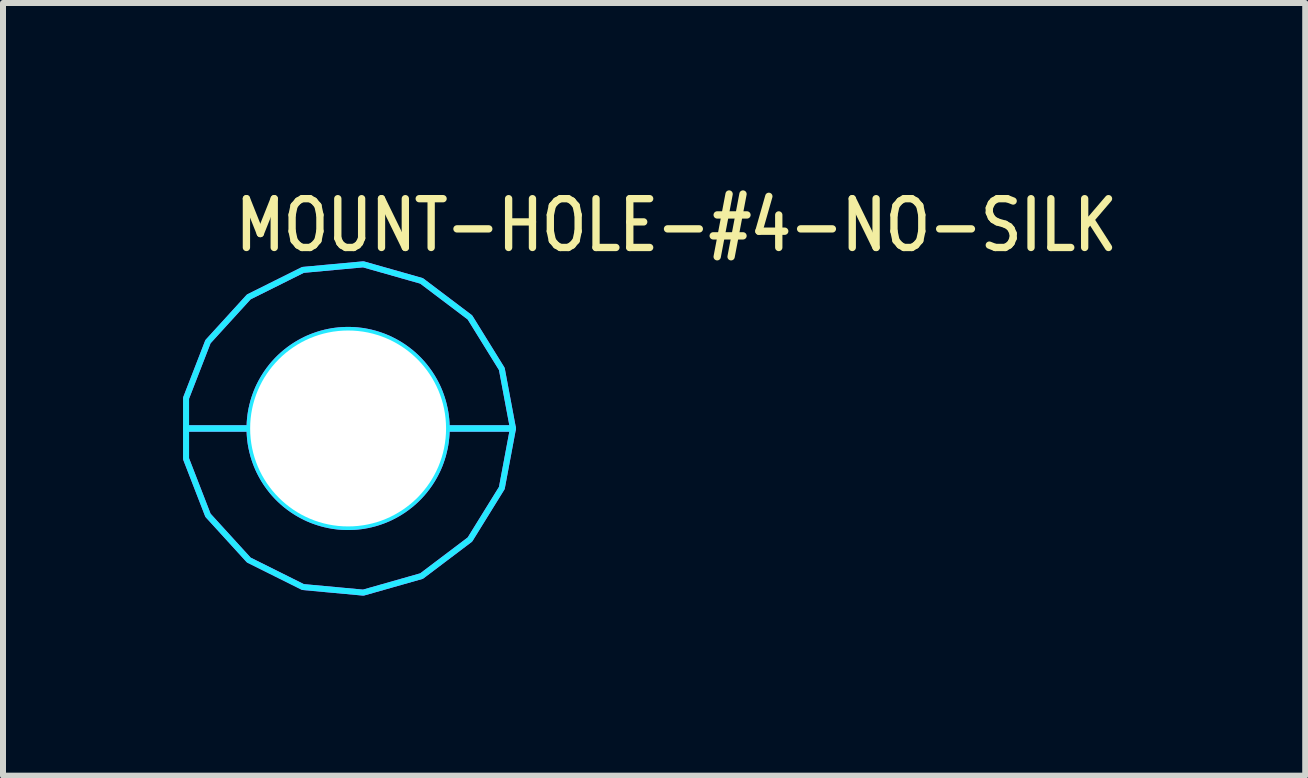
<source format=kicad_pcb>
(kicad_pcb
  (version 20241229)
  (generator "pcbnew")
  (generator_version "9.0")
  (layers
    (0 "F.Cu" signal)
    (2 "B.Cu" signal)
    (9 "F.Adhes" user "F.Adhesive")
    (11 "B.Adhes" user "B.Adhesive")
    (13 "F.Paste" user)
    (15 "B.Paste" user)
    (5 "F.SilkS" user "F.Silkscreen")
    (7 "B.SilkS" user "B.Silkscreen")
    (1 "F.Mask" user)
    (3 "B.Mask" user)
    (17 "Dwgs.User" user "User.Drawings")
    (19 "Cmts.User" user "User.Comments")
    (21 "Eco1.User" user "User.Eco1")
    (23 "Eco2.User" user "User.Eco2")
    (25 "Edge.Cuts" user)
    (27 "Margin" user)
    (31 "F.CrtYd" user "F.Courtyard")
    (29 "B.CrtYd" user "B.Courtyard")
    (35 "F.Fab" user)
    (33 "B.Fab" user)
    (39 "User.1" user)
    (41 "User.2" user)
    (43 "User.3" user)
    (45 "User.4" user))
  (footprint "MOUNT-HOLE-#4-NO-SILK"
    (layer "F.Cu")
    (at 2.75 4.089)
    (property "Reference" "MOUNT-HOLE-#4-NO-SILK" (at -1.94 -2.91 0) (unlocked yes) (layer "F.SilkS") (effects (font (size 0.813 0.695) (thickness 0.122)) (justify left bottom)))
    (fp_circle (center 0 0) (end 2.578 0) (stroke (width 0) (type solid)) (fill yes) (layer "F.Mask"))
    (fp_circle (center 0 0) (end 2.7 0) (stroke (width 0) (type solid)) (fill yes) (layer "F.Mask"))
    (fp_circle (center 0 0) (end 2.7 0) (stroke (width 0) (type solid)) (fill yes) (layer "F.Mask"))
    (fp_circle (center 0 0) (end 2.578 0) (stroke (width 0) (type solid)) (fill yes) (layer "B.Mask"))
    (fp_circle (center 0 0) (end 2.7 0) (stroke (width 0) (type solid)) (fill yes) (layer "B.Mask"))
    (fp_poly (pts (xy -2.7 0) (xy -2.7 -0.505) (xy -2.335 -1.446) (xy -1.655 -2.192) (xy -0.752 -2.642) (xy 0.253 -2.735) (xy 1.224 -2.459) (xy 2.03 -1.85) (xy 2.561 -0.992) (xy 2.747 0) (xy 1.642 0) (xy 1.642 -0.000078) (xy 1.642 -0.026) (xy 1.642 -0.026) (xy 1.641 -0.051) (xy 1.641 -0.052) (xy 1.64 -0.077) (xy 1.64 -0.077) (xy 1.639 -0.103) (xy 1.639 -0.103) (xy 1.637 -0.129) (xy 1.637 -0.129) (xy 1.635 -0.154) (xy 1.635 -0.155) (xy 1.632 -0.18) (xy 1.632 -0.18) (xy 1.629 -0.206) (xy 1.629 -0.206) (xy 1.626 -0.231) (xy 1.626 -0.231) (xy 1.622 -0.257) (xy 1.622 -0.257) (xy 1.618 -0.282) (xy 1.617 -0.282) (xy 1.613 -0.308) (xy 1.613 -0.308) (xy 1.608 -0.333) (xy 1.608 -0.333) (xy 1.602 -0.358) (xy 1.602 -0.358) (xy 1.597 -0.383) (xy 1.597 -0.383) (xy 1.59 -0.408) (xy 1.59 -0.408) (xy 1.584 -0.433) (xy 1.584 -0.433) (xy 1.577 -0.458) (xy 1.577 -0.458) (xy 1.569 -0.483) (xy 1.569 -0.483) (xy 1.562 -0.507) (xy 1.562 -0.507) (xy 1.553 -0.532) (xy 1.553 -0.532) (xy 1.545 -0.556) (xy 1.545 -0.556) (xy 1.536 -0.58) (xy 1.536 -0.58) (xy 1.527 -0.604) (xy 1.527 -0.605) (xy 1.517 -0.628) (xy 1.517 -0.628) (xy 1.507 -0.652) (xy 1.507 -0.652) (xy 1.497 -0.676) (xy 1.496 -0.676) (xy 1.486 -0.699) (xy 1.486 -0.699) (xy 1.475 -0.722) (xy 1.474 -0.722) (xy 1.463 -0.745) (xy 1.463 -0.746) (xy 1.451 -0.768) (xy 1.451 -0.768) (xy 1.439 -0.791) (xy 1.439 -0.791) (xy 1.426 -0.813) (xy 1.426 -0.814) (xy 1.413 -0.836) (xy 1.413 -0.836) (xy 1.4 -0.858) (xy 1.4 -0.858) (xy 1.386 -0.88) (xy 1.386 -0.88) (xy 1.372 -0.901) (xy 1.372 -0.902) (xy 1.358 -0.923) (xy 1.358 -0.923) (xy 1.343 -0.944) (xy 1.343 -0.944) (xy 1.328 -0.965) (xy 1.328 -0.965) (xy 1.313 -0.986) (xy 1.313 -0.986) (xy 1.297 -1.006) (xy 1.297 -1.006) (xy 1.281 -1.027) (xy 1.281 -1.027) (xy 1.265 -1.047) (xy 1.265 -1.047) (xy 1.249 -1.066) (xy 1.248 -1.066) (xy 1.232 -1.086) (xy 1.232 -1.086) (xy 1.214 -1.105) (xy 1.214 -1.105) (xy 1.197 -1.124) (xy 1.197 -1.124) (xy 1.179 -1.143) (xy 1.179 -1.143) (xy 1.161 -1.161) (xy 1.161 -1.161) (xy 1.143 -1.179) (xy 1.143 -1.179) (xy 1.124 -1.197) (xy 1.124 -1.197) (xy 1.105 -1.214) (xy 1.105 -1.214) (xy 1.086 -1.232) (xy 1.086 -1.232) (xy 1.066 -1.248) (xy 1.066 -1.249) (xy 1.047 -1.265) (xy 1.047 -1.265) (xy 1.027 -1.281) (xy 1.027 -1.281) (xy 1.006 -1.297) (xy 1.006 -1.297) (xy 0.986 -1.313) (xy 0.986 -1.313) (xy 0.965 -1.328) (xy 0.965 -1.328) (xy 0.944 -1.343) (xy 0.944 -1.343) (xy 0.923 -1.358) (xy 0.923 -1.358) (xy 0.902 -1.372) (xy 0.901 -1.372) (xy 0.88 -1.386) (xy 0.88 -1.386) (xy 0.858 -1.4) (xy 0.858 -1.4) (xy 0.836 -1.413) (xy 0.836 -1.413) (xy 0.814 -1.426) (xy 0.813 -1.426) (xy 0.791 -1.439) (xy 0.791 -1.439) (xy 0.768 -1.451) (xy 0.768 -1.451) (xy 0.746 -1.463) (xy 0.745 -1.463) (xy 0.722 -1.474) (xy 0.722 -1.475) (xy 0.699 -1.486) (xy 0.699 -1.486) (xy 0.676 -1.496) (xy 0.676 -1.497) (xy 0.652 -1.507) (xy 0.652 -1.507) (xy 0.628 -1.517) (xy 0.628 -1.517) (xy 0.605 -1.527) (xy 0.604 -1.527) (xy 0.58 -1.536) (xy 0.58 -1.536) (xy 0.556 -1.545) (xy 0.556 -1.545) (xy 0.532 -1.553) (xy 0.532 -1.553) (xy 0.507 -1.562) (xy 0.507 -1.562) (xy 0.483 -1.569) (xy 0.483 -1.569) (xy 0.458 -1.577) (xy 0.458 -1.577) (xy 0.433 -1.584) (xy 0.433 -1.584) (xy 0.408 -1.59) (xy 0.408 -1.59) (xy 0.383 -1.597) (xy 0.383 -1.597) (xy 0.358 -1.602) (xy 0.358 -1.602) (xy 0.333 -1.608) (xy 0.333 -1.608) (xy 0.308 -1.613) (xy 0.308 -1.613) (xy 0.282 -1.617) (xy 0.282 -1.618) (xy 0.257 -1.622) (xy 0.257 -1.622) (xy 0.231 -1.626) (xy 0.231 -1.626) (xy 0.206 -1.629) (xy 0.206 -1.629) (xy 0.18 -1.632) (xy 0.18 -1.632) (xy 0.155 -1.635) (xy 0.154 -1.635) (xy 0.129 -1.637) (xy 0.129 -1.637) (xy 0.103 -1.639) (xy 0.103 -1.639) (xy 0.077 -1.64) (xy 0.077 -1.64) (xy 0.052 -1.641) (xy 0.051 -1.641) (xy 0.026 -1.642) (xy 0.026 -1.642) (xy 0.000078 -1.642) (xy -0.000078 -1.642) (xy -0.026 -1.642) (xy -0.026 -1.642) (xy -0.051 -1.641) (xy -0.052 -1.641) (xy -0.077 -1.64) (xy -0.077 -1.64) (xy -0.103 -1.639) (xy -0.103 -1.639) (xy -0.129 -1.637) (xy -0.129 -1.637) (xy -0.154 -1.635) (xy -0.155 -1.635) (xy -0.18 -1.632) (xy -0.18 -1.632) (xy -0.206 -1.629) (xy -0.206 -1.629) (xy -0.231 -1.626) (xy -0.231 -1.626) (xy -0.257 -1.622) (xy -0.257 -1.622) (xy -0.282 -1.618) (xy -0.282 -1.617) (xy -0.308 -1.613) (xy -0.308 -1.613) (xy -0.333 -1.608) (xy -0.333 -1.608) (xy -0.358 -1.602) (xy -0.358 -1.602) (xy -0.383 -1.597) (xy -0.383 -1.597) (xy -0.408 -1.59) (xy -0.408 -1.59) (xy -0.433 -1.584) (xy -0.433 -1.584) (xy -0.458 -1.577) (xy -0.458 -1.577) (xy -0.483 -1.569) (xy -0.483 -1.569) (xy -0.507 -1.562) (xy -0.507 -1.562) (xy -0.532 -1.553) (xy -0.532 -1.553) (xy -0.556 -1.545) (xy -0.556 -1.545) (xy -0.58 -1.536) (xy -0.58 -1.536) (xy -0.604 -1.527) (xy -0.605 -1.527) (xy -0.628 -1.517) (xy -0.628 -1.517) (xy -0.652 -1.507) (xy -0.652 -1.507) (xy -0.676 -1.497) (xy -0.676 -1.496) (xy -0.699 -1.486) (xy -0.699 -1.486) (xy -0.722 -1.475) (xy -0.722 -1.474) (xy -0.745 -1.463) (xy -0.746 -1.463) (xy -0.768 -1.451) (xy -0.768 -1.451) (xy -0.791 -1.439) (xy -0.791 -1.439) (xy -0.813 -1.426) (xy -0.814 -1.426) (xy -0.836 -1.413) (xy -0.836 -1.413) (xy -0.858 -1.4) (xy -0.858 -1.4) (xy -0.88 -1.386) (xy -0.88 -1.386) (xy -0.901 -1.372) (xy -0.902 -1.372) (xy -0.923 -1.358) (xy -0.923 -1.358) (xy -0.944 -1.343) (xy -0.944 -1.343) (xy -0.965 -1.328) (xy -0.965 -1.328) (xy -0.986 -1.313) (xy -0.986 -1.313) (xy -1.006 -1.297) (xy -1.006 -1.297) (xy -1.027 -1.281) (xy -1.027 -1.281) (xy -1.047 -1.265) (xy -1.047 -1.265) (xy -1.066 -1.249) (xy -1.066 -1.248) (xy -1.086 -1.232) (xy -1.086 -1.232) (xy -1.105 -1.214) (xy -1.105 -1.214) (xy -1.124 -1.197) (xy -1.124 -1.197) (xy -1.143 -1.179) (xy -1.143 -1.179) (xy -1.161 -1.161) (xy -1.161 -1.161) (xy -1.179 -1.143) (xy -1.179 -1.143) (xy -1.197 -1.124) (xy -1.197 -1.124) (xy -1.214 -1.105) (xy -1.214 -1.105) (xy -1.232 -1.086) (xy -1.232 -1.086) (xy -1.248 -1.066) (xy -1.249 -1.066) (xy -1.265 -1.047) (xy -1.265 -1.047) (xy -1.281 -1.027) (xy -1.281 -1.027) (xy -1.297 -1.006) (xy -1.297 -1.006) (xy -1.313 -0.986) (xy -1.313 -0.986) (xy -1.328 -0.965) (xy -1.328 -0.965) (xy -1.343 -0.944) (xy -1.343 -0.944) (xy -1.358 -0.923) (xy -1.358 -0.923) (xy -1.372 -0.902) (xy -1.372 -0.901) (xy -1.386 -0.88) (xy -1.386 -0.88) (xy -1.4 -0.858) (xy -1.4 -0.858) (xy -1.413 -0.836) (xy -1.413 -0.836) (xy -1.426 -0.814) (xy -1.426 -0.813) (xy -1.439 -0.791) (xy -1.439 -0.791) (xy -1.451 -0.768) (xy -1.451 -0.768) (xy -1.463 -0.746) (xy -1.463 -0.745) (xy -1.474 -0.722) (xy -1.475 -0.722) (xy -1.486 -0.699) (xy -1.486 -0.699) (xy -1.496 -0.676) (xy -1.497 -0.676) (xy -1.507 -0.652) (xy -1.507 -0.652) (xy -1.517 -0.628) (xy -1.517 -0.628) (xy -1.527 -0.605) (xy -1.527 -0.604) (xy -1.536 -0.58) (xy -1.536 -0.58) (xy -1.545 -0.556) (xy -1.545 -0.556) (xy -1.553 -0.532) (xy -1.553 -0.532) (xy -1.562 -0.507) (xy -1.562 -0.507) (xy -1.569 -0.483) (xy -1.569 -0.483) (xy -1.577 -0.458) (xy -1.577 -0.458) (xy -1.584 -0.433) (xy -1.584 -0.433) (xy -1.59 -0.408) (xy -1.59 -0.408) (xy -1.597 -0.383) (xy -1.597 -0.383) (xy -1.602 -0.358) (xy -1.602 -0.358) (xy -1.608 -0.333) (xy -1.608 -0.333) (xy -1.613 -0.308) (xy -1.613 -0.308) (xy -1.617 -0.282) (xy -1.618 -0.282) (xy -1.622 -0.257) (xy -1.622 -0.257) (xy -1.626 -0.231) (xy -1.626 -0.231) (xy -1.629 -0.206) (xy -1.629 -0.206) (xy -1.632 -0.18) (xy -1.632 -0.18) (xy -1.635 -0.155) (xy -1.635 -0.154) (xy -1.637 -0.129) (xy -1.637 -0.129) (xy -1.639 -0.103) (xy -1.639 -0.103) (xy -1.64 -0.077) (xy -1.64 -0.077) (xy -1.641 -0.052) (xy -1.641 -0.051) (xy -1.642 -0.026) (xy -1.642 -0.026) (xy -1.642 -0.000078) (xy -1.642 0)) (stroke (width 0.1) (type solid)) (fill no) (layer "B.CrtYd"))
    (fp_poly (pts (xy 2.561 0.992) (xy 2.03 1.85) (xy 1.224 2.459) (xy 0.253 2.735) (xy -0.752 2.642) (xy -1.655 2.192) (xy -2.335 1.446) (xy -2.7 0.505) (xy -2.7 0) (xy -1.642 0) (xy -1.642 0.000078) (xy -1.642 0.026) (xy -1.642 0.026) (xy -1.641 0.051) (xy -1.641 0.052) (xy -1.64 0.077) (xy -1.64 0.077) (xy -1.639 0.103) (xy -1.639 0.103) (xy -1.637 0.129) (xy -1.637 0.129) (xy -1.635 0.154) (xy -1.635 0.155) (xy -1.632 0.18) (xy -1.632 0.18) (xy -1.629 0.206) (xy -1.629 0.206) (xy -1.626 0.231) (xy -1.626 0.231) (xy -1.622 0.257) (xy -1.622 0.257) (xy -1.618 0.282) (xy -1.617 0.282) (xy -1.613 0.308) (xy -1.613 0.308) (xy -1.608 0.333) (xy -1.608 0.333) (xy -1.602 0.358) (xy -1.602 0.358) (xy -1.597 0.383) (xy -1.597 0.383) (xy -1.59 0.408) (xy -1.59 0.408) (xy -1.584 0.433) (xy -1.584 0.433) (xy -1.577 0.458) (xy -1.577 0.458) (xy -1.569 0.483) (xy -1.569 0.483) (xy -1.562 0.507) (xy -1.562 0.507) (xy -1.553 0.532) (xy -1.553 0.532) (xy -1.545 0.556) (xy -1.545 0.556) (xy -1.536 0.58) (xy -1.536 0.58) (xy -1.527 0.604) (xy -1.527 0.605) (xy -1.517 0.628) (xy -1.517 0.628) (xy -1.507 0.652) (xy -1.507 0.652) (xy -1.497 0.676) (xy -1.496 0.676) (xy -1.486 0.699) (xy -1.486 0.699) (xy -1.475 0.722) (xy -1.474 0.722) (xy -1.463 0.745) (xy -1.463 0.746) (xy -1.451 0.768) (xy -1.451 0.768) (xy -1.439 0.791) (xy -1.439 0.791) (xy -1.426 0.813) (xy -1.426 0.814) (xy -1.413 0.836) (xy -1.413 0.836) (xy -1.4 0.858) (xy -1.4 0.858) (xy -1.386 0.88) (xy -1.386 0.88) (xy -1.372 0.901) (xy -1.372 0.902) (xy -1.358 0.923) (xy -1.358 0.923) (xy -1.343 0.944) (xy -1.343 0.944) (xy -1.328 0.965) (xy -1.328 0.965) (xy -1.313 0.986) (xy -1.313 0.986) (xy -1.297 1.006) (xy -1.297 1.006) (xy -1.281 1.027) (xy -1.281 1.027) (xy -1.265 1.047) (xy -1.265 1.047) (xy -1.249 1.066) (xy -1.248 1.066) (xy -1.232 1.086) (xy -1.232 1.086) (xy -1.214 1.105) (xy -1.214 1.105) (xy -1.197 1.124) (xy -1.197 1.124) (xy -1.179 1.143) (xy -1.179 1.143) (xy -1.161 1.161) (xy -1.161 1.161) (xy -1.143 1.179) (xy -1.143 1.179) (xy -1.124 1.197) (xy -1.124 1.197) (xy -1.105 1.214) (xy -1.105 1.214) (xy -1.086 1.232) (xy -1.086 1.232) (xy -1.066 1.248) (xy -1.066 1.249) (xy -1.047 1.265) (xy -1.047 1.265) (xy -1.027 1.281) (xy -1.027 1.281) (xy -1.006 1.297) (xy -1.006 1.297) (xy -0.986 1.313) (xy -0.986 1.313) (xy -0.965 1.328) (xy -0.965 1.328) (xy -0.944 1.343) (xy -0.944 1.343) (xy -0.923 1.358) (xy -0.923 1.358) (xy -0.902 1.372) (xy -0.901 1.372) (xy -0.88 1.386) (xy -0.88 1.386) (xy -0.858 1.4) (xy -0.858 1.4) (xy -0.836 1.413) (xy -0.836 1.413) (xy -0.814 1.426) (xy -0.813 1.426) (xy -0.791 1.439) (xy -0.791 1.439) (xy -0.768 1.451) (xy -0.768 1.451) (xy -0.746 1.463) (xy -0.745 1.463) (xy -0.722 1.474) (xy -0.722 1.475) (xy -0.699 1.486) (xy -0.699 1.486) (xy -0.676 1.496) (xy -0.676 1.497) (xy -0.652 1.507) (xy -0.652 1.507) (xy -0.628 1.517) (xy -0.628 1.517) (xy -0.605 1.527) (xy -0.604 1.527) (xy -0.58 1.536) (xy -0.58 1.536) (xy -0.556 1.545) (xy -0.556 1.545) (xy -0.532 1.553) (xy -0.532 1.553) (xy -0.507 1.562) (xy -0.507 1.562) (xy -0.483 1.569) (xy -0.483 1.569) (xy -0.458 1.577) (xy -0.458 1.577) (xy -0.433 1.584) (xy -0.433 1.584) (xy -0.408 1.59) (xy -0.408 1.59) (xy -0.383 1.597) (xy -0.383 1.597) (xy -0.358 1.602) (xy -0.358 1.602) (xy -0.333 1.608) (xy -0.333 1.608) (xy -0.308 1.613) (xy -0.308 1.613) (xy -0.282 1.617) (xy -0.282 1.618) (xy -0.257 1.622) (xy -0.257 1.622) (xy -0.231 1.626) (xy -0.231 1.626) (xy -0.206 1.629) (xy -0.206 1.629) (xy -0.18 1.632) (xy -0.18 1.632) (xy -0.155 1.635) (xy -0.154 1.635) (xy -0.129 1.637) (xy -0.129 1.637) (xy -0.103 1.639) (xy -0.103 1.639) (xy -0.077 1.64) (xy -0.077 1.64) (xy -0.052 1.641) (xy -0.051 1.641) (xy -0.026 1.642) (xy -0.026 1.642) (xy -0.000078 1.642) (xy 0.000078 1.642) (xy 0.026 1.642) (xy 0.026 1.642) (xy 0.051 1.641) (xy 0.052 1.641) (xy 0.077 1.64) (xy 0.077 1.64) (xy 0.103 1.639) (xy 0.103 1.639) (xy 0.129 1.637) (xy 0.129 1.637) (xy 0.154 1.635) (xy 0.155 1.635) (xy 0.18 1.632) (xy 0.18 1.632) (xy 0.206 1.629) (xy 0.206 1.629) (xy 0.231 1.626) (xy 0.231 1.626) (xy 0.257 1.622) (xy 0.257 1.622) (xy 0.282 1.618) (xy 0.282 1.617) (xy 0.308 1.613) (xy 0.308 1.613) (xy 0.333 1.608) (xy 0.333 1.608) (xy 0.358 1.602) (xy 0.358 1.602) (xy 0.383 1.597) (xy 0.383 1.597) (xy 0.408 1.59) (xy 0.408 1.59) (xy 0.433 1.584) (xy 0.433 1.584) (xy 0.458 1.577) (xy 0.458 1.577) (xy 0.483 1.569) (xy 0.483 1.569) (xy 0.507 1.562) (xy 0.507 1.562) (xy 0.532 1.553) (xy 0.532 1.553) (xy 0.556 1.545) (xy 0.556 1.545) (xy 0.58 1.536) (xy 0.58 1.536) (xy 0.604 1.527) (xy 0.605 1.527) (xy 0.628 1.517) (xy 0.628 1.517) (xy 0.652 1.507) (xy 0.652 1.507) (xy 0.676 1.497) (xy 0.676 1.496) (xy 0.699 1.486) (xy 0.699 1.486) (xy 0.722 1.475) (xy 0.722 1.474) (xy 0.745 1.463) (xy 0.746 1.463) (xy 0.768 1.451) (xy 0.768 1.451) (xy 0.791 1.439) (xy 0.791 1.439) (xy 0.813 1.426) (xy 0.814 1.426) (xy 0.836 1.413) (xy 0.836 1.413) (xy 0.858 1.4) (xy 0.858 1.4) (xy 0.88 1.386) (xy 0.88 1.386) (xy 0.901 1.372) (xy 0.902 1.372) (xy 0.923 1.358) (xy 0.923 1.358) (xy 0.944 1.343) (xy 0.944 1.343) (xy 0.965 1.328) (xy 0.965 1.328) (xy 0.986 1.313) (xy 0.986 1.313) (xy 1.006 1.297) (xy 1.006 1.297) (xy 1.027 1.281) (xy 1.027 1.281) (xy 1.047 1.265) (xy 1.047 1.265) (xy 1.066 1.249) (xy 1.066 1.248) (xy 1.086 1.232) (xy 1.086 1.232) (xy 1.105 1.214) (xy 1.105 1.214) (xy 1.124 1.197) (xy 1.124 1.197) (xy 1.143 1.179) (xy 1.143 1.179) (xy 1.161 1.161) (xy 1.161 1.161) (xy 1.179 1.143) (xy 1.179 1.143) (xy 1.197 1.124) (xy 1.197 1.124) (xy 1.214 1.105) (xy 1.214 1.105) (xy 1.232 1.086) (xy 1.232 1.086) (xy 1.248 1.066) (xy 1.249 1.066) (xy 1.265 1.047) (xy 1.265 1.047) (xy 1.281 1.027) (xy 1.281 1.027) (xy 1.297 1.006) (xy 1.297 1.006) (xy 1.313 0.986) (xy 1.313 0.986) (xy 1.328 0.965) (xy 1.328 0.965) (xy 1.343 0.944) (xy 1.343 0.944) (xy 1.358 0.923) (xy 1.358 0.923) (xy 1.372 0.902) (xy 1.372 0.901) (xy 1.386 0.88) (xy 1.386 0.88) (xy 1.4 0.858) (xy 1.4 0.858) (xy 1.413 0.836) (xy 1.413 0.836) (xy 1.426 0.814) (xy 1.426 0.813) (xy 1.439 0.791) (xy 1.439 0.791) (xy 1.451 0.768) (xy 1.451 0.768) (xy 1.463 0.746) (xy 1.463 0.745) (xy 1.474 0.722) (xy 1.475 0.722) (xy 1.486 0.699) (xy 1.486 0.699) (xy 1.496 0.676) (xy 1.497 0.676) (xy 1.507 0.652) (xy 1.507 0.652) (xy 1.517 0.628) (xy 1.517 0.628) (xy 1.527 0.605) (xy 1.527 0.604) (xy 1.536 0.58) (xy 1.536 0.58) (xy 1.545 0.556) (xy 1.545 0.556) (xy 1.553 0.532) (xy 1.553 0.532) (xy 1.562 0.507) (xy 1.562 0.507) (xy 1.569 0.483) (xy 1.569 0.483) (xy 1.577 0.458) (xy 1.577 0.458) (xy 1.584 0.433) (xy 1.584 0.433) (xy 1.59 0.408) (xy 1.59 0.408) (xy 1.597 0.383) (xy 1.597 0.383) (xy 1.602 0.358) (xy 1.602 0.358) (xy 1.608 0.333) (xy 1.608 0.333) (xy 1.613 0.308) (xy 1.613 0.308) (xy 1.617 0.282) (xy 1.618 0.282) (xy 1.622 0.257) (xy 1.622 0.257) (xy 1.626 0.231) (xy 1.626 0.231) (xy 1.629 0.206) (xy 1.629 0.206) (xy 1.632 0.18) (xy 1.632 0.18) (xy 1.635 0.155) (xy 1.635 0.154) (xy 1.637 0.129) (xy 1.637 0.129) (xy 1.639 0.103) (xy 1.639 0.103) (xy 1.64 0.077) (xy 1.64 0.077) (xy 1.641 0.052) (xy 1.641 0.051) (xy 1.642 0.026) (xy 1.642 0.026) (xy 1.642 0.000078) (xy 1.642 0) (xy 2.747 0)) (stroke (width 0.1) (type solid)) (fill no) (layer "B.CrtYd"))
    (fp_poly (pts (xy -2.7 0) (xy -2.7 -0.505) (xy -2.335 -1.446) (xy -1.655 -2.192) (xy -0.752 -2.642) (xy 0.253 -2.735) (xy 1.224 -2.459) (xy 2.03 -1.85) (xy 2.561 -0.992) (xy 2.747 0) (xy 1.642 0) (xy 1.642 -0.000078) (xy 1.642 -0.026) (xy 1.642 -0.026) (xy 1.641 -0.051) (xy 1.641 -0.052) (xy 1.64 -0.077) (xy 1.64 -0.077) (xy 1.639 -0.103) (xy 1.639 -0.103) (xy 1.637 -0.129) (xy 1.637 -0.129) (xy 1.635 -0.154) (xy 1.635 -0.155) (xy 1.632 -0.18) (xy 1.632 -0.18) (xy 1.629 -0.206) (xy 1.629 -0.206) (xy 1.626 -0.231) (xy 1.626 -0.231) (xy 1.622 -0.257) (xy 1.622 -0.257) (xy 1.618 -0.282) (xy 1.617 -0.282) (xy 1.613 -0.308) (xy 1.613 -0.308) (xy 1.608 -0.333) (xy 1.608 -0.333) (xy 1.602 -0.358) (xy 1.602 -0.358) (xy 1.597 -0.383) (xy 1.597 -0.383) (xy 1.59 -0.408) (xy 1.59 -0.408) (xy 1.584 -0.433) (xy 1.584 -0.433) (xy 1.577 -0.458) (xy 1.577 -0.458) (xy 1.569 -0.483) (xy 1.569 -0.483) (xy 1.562 -0.507) (xy 1.562 -0.507) (xy 1.553 -0.532) (xy 1.553 -0.532) (xy 1.545 -0.556) (xy 1.545 -0.556) (xy 1.536 -0.58) (xy 1.536 -0.58) (xy 1.527 -0.604) (xy 1.527 -0.605) (xy 1.517 -0.628) (xy 1.517 -0.628) (xy 1.507 -0.652) (xy 1.507 -0.652) (xy 1.497 -0.676) (xy 1.496 -0.676) (xy 1.486 -0.699) (xy 1.486 -0.699) (xy 1.475 -0.722) (xy 1.474 -0.722) (xy 1.463 -0.745) (xy 1.463 -0.746) (xy 1.451 -0.768) (xy 1.451 -0.768) (xy 1.439 -0.791) (xy 1.439 -0.791) (xy 1.426 -0.813) (xy 1.426 -0.814) (xy 1.413 -0.836) (xy 1.413 -0.836) (xy 1.4 -0.858) (xy 1.4 -0.858) (xy 1.386 -0.88) (xy 1.386 -0.88) (xy 1.372 -0.901) (xy 1.372 -0.902) (xy 1.358 -0.923) (xy 1.358 -0.923) (xy 1.343 -0.944) (xy 1.343 -0.944) (xy 1.328 -0.965) (xy 1.328 -0.965) (xy 1.313 -0.986) (xy 1.313 -0.986) (xy 1.297 -1.006) (xy 1.297 -1.006) (xy 1.281 -1.027) (xy 1.281 -1.027) (xy 1.265 -1.047) (xy 1.265 -1.047) (xy 1.249 -1.066) (xy 1.248 -1.066) (xy 1.232 -1.086) (xy 1.232 -1.086) (xy 1.214 -1.105) (xy 1.214 -1.105) (xy 1.197 -1.124) (xy 1.197 -1.124) (xy 1.179 -1.143) (xy 1.179 -1.143) (xy 1.161 -1.161) (xy 1.161 -1.161) (xy 1.143 -1.179) (xy 1.143 -1.179) (xy 1.124 -1.197) (xy 1.124 -1.197) (xy 1.105 -1.214) (xy 1.105 -1.214) (xy 1.086 -1.232) (xy 1.086 -1.232) (xy 1.066 -1.248) (xy 1.066 -1.249) (xy 1.047 -1.265) (xy 1.047 -1.265) (xy 1.027 -1.281) (xy 1.027 -1.281) (xy 1.006 -1.297) (xy 1.006 -1.297) (xy 0.986 -1.313) (xy 0.986 -1.313) (xy 0.965 -1.328) (xy 0.965 -1.328) (xy 0.944 -1.343) (xy 0.944 -1.343) (xy 0.923 -1.358) (xy 0.923 -1.358) (xy 0.902 -1.372) (xy 0.901 -1.372) (xy 0.88 -1.386) (xy 0.88 -1.386) (xy 0.858 -1.4) (xy 0.858 -1.4) (xy 0.836 -1.413) (xy 0.836 -1.413) (xy 0.814 -1.426) (xy 0.813 -1.426) (xy 0.791 -1.439) (xy 0.791 -1.439) (xy 0.768 -1.451) (xy 0.768 -1.451) (xy 0.746 -1.463) (xy 0.745 -1.463) (xy 0.722 -1.474) (xy 0.722 -1.475) (xy 0.699 -1.486) (xy 0.699 -1.486) (xy 0.676 -1.496) (xy 0.676 -1.497) (xy 0.652 -1.507) (xy 0.652 -1.507) (xy 0.628 -1.517) (xy 0.628 -1.517) (xy 0.605 -1.527) (xy 0.604 -1.527) (xy 0.58 -1.536) (xy 0.58 -1.536) (xy 0.556 -1.545) (xy 0.556 -1.545) (xy 0.532 -1.553) (xy 0.532 -1.553) (xy 0.507 -1.562) (xy 0.507 -1.562) (xy 0.483 -1.569) (xy 0.483 -1.569) (xy 0.458 -1.577) (xy 0.458 -1.577) (xy 0.433 -1.584) (xy 0.433 -1.584) (xy 0.408 -1.59) (xy 0.408 -1.59) (xy 0.383 -1.597) (xy 0.383 -1.597) (xy 0.358 -1.602) (xy 0.358 -1.602) (xy 0.333 -1.608) (xy 0.333 -1.608) (xy 0.308 -1.613) (xy 0.308 -1.613) (xy 0.282 -1.617) (xy 0.282 -1.618) (xy 0.257 -1.622) (xy 0.257 -1.622) (xy 0.231 -1.626) (xy 0.231 -1.626) (xy 0.206 -1.629) (xy 0.206 -1.629) (xy 0.18 -1.632) (xy 0.18 -1.632) (xy 0.155 -1.635) (xy 0.154 -1.635) (xy 0.129 -1.637) (xy 0.129 -1.637) (xy 0.103 -1.639) (xy 0.103 -1.639) (xy 0.077 -1.64) (xy 0.077 -1.64) (xy 0.052 -1.641) (xy 0.051 -1.641) (xy 0.026 -1.642) (xy 0.026 -1.642) (xy 0.000078 -1.642) (xy -0.000078 -1.642) (xy -0.026 -1.642) (xy -0.026 -1.642) (xy -0.051 -1.641) (xy -0.052 -1.641) (xy -0.077 -1.64) (xy -0.077 -1.64) (xy -0.103 -1.639) (xy -0.103 -1.639) (xy -0.129 -1.637) (xy -0.129 -1.637) (xy -0.154 -1.635) (xy -0.155 -1.635) (xy -0.18 -1.632) (xy -0.18 -1.632) (xy -0.206 -1.629) (xy -0.206 -1.629) (xy -0.231 -1.626) (xy -0.231 -1.626) (xy -0.257 -1.622) (xy -0.257 -1.622) (xy -0.282 -1.618) (xy -0.282 -1.617) (xy -0.308 -1.613) (xy -0.308 -1.613) (xy -0.333 -1.608) (xy -0.333 -1.608) (xy -0.358 -1.602) (xy -0.358 -1.602) (xy -0.383 -1.597) (xy -0.383 -1.597) (xy -0.408 -1.59) (xy -0.408 -1.59) (xy -0.433 -1.584) (xy -0.433 -1.584) (xy -0.458 -1.577) (xy -0.458 -1.577) (xy -0.483 -1.569) (xy -0.483 -1.569) (xy -0.507 -1.562) (xy -0.507 -1.562) (xy -0.532 -1.553) (xy -0.532 -1.553) (xy -0.556 -1.545) (xy -0.556 -1.545) (xy -0.58 -1.536) (xy -0.58 -1.536) (xy -0.604 -1.527) (xy -0.605 -1.527) (xy -0.628 -1.517) (xy -0.628 -1.517) (xy -0.652 -1.507) (xy -0.652 -1.507) (xy -0.676 -1.497) (xy -0.676 -1.496) (xy -0.699 -1.486) (xy -0.699 -1.486) (xy -0.722 -1.475) (xy -0.722 -1.474) (xy -0.745 -1.463) (xy -0.746 -1.463) (xy -0.768 -1.451) (xy -0.768 -1.451) (xy -0.791 -1.439) (xy -0.791 -1.439) (xy -0.813 -1.426) (xy -0.814 -1.426) (xy -0.836 -1.413) (xy -0.836 -1.413) (xy -0.858 -1.4) (xy -0.858 -1.4) (xy -0.88 -1.386) (xy -0.88 -1.386) (xy -0.901 -1.372) (xy -0.902 -1.372) (xy -0.923 -1.358) (xy -0.923 -1.358) (xy -0.944 -1.343) (xy -0.944 -1.343) (xy -0.965 -1.328) (xy -0.965 -1.328) (xy -0.986 -1.313) (xy -0.986 -1.313) (xy -1.006 -1.297) (xy -1.006 -1.297) (xy -1.027 -1.281) (xy -1.027 -1.281) (xy -1.047 -1.265) (xy -1.047 -1.265) (xy -1.066 -1.249) (xy -1.066 -1.248) (xy -1.086 -1.232) (xy -1.086 -1.232) (xy -1.105 -1.214) (xy -1.105 -1.214) (xy -1.124 -1.197) (xy -1.124 -1.197) (xy -1.143 -1.179) (xy -1.143 -1.179) (xy -1.161 -1.161) (xy -1.161 -1.161) (xy -1.179 -1.143) (xy -1.179 -1.143) (xy -1.197 -1.124) (xy -1.197 -1.124) (xy -1.214 -1.105) (xy -1.214 -1.105) (xy -1.232 -1.086) (xy -1.232 -1.086) (xy -1.248 -1.066) (xy -1.249 -1.066) (xy -1.265 -1.047) (xy -1.265 -1.047) (xy -1.281 -1.027) (xy -1.281 -1.027) (xy -1.297 -1.006) (xy -1.297 -1.006) (xy -1.313 -0.986) (xy -1.313 -0.986) (xy -1.328 -0.965) (xy -1.328 -0.965) (xy -1.343 -0.944) (xy -1.343 -0.944) (xy -1.358 -0.923) (xy -1.358 -0.923) (xy -1.372 -0.902) (xy -1.372 -0.901) (xy -1.386 -0.88) (xy -1.386 -0.88) (xy -1.4 -0.858) (xy -1.4 -0.858) (xy -1.413 -0.836) (xy -1.413 -0.836) (xy -1.426 -0.814) (xy -1.426 -0.813) (xy -1.439 -0.791) (xy -1.439 -0.791) (xy -1.451 -0.768) (xy -1.451 -0.768) (xy -1.463 -0.746) (xy -1.463 -0.745) (xy -1.474 -0.722) (xy -1.475 -0.722) (xy -1.486 -0.699) (xy -1.486 -0.699) (xy -1.496 -0.676) (xy -1.497 -0.676) (xy -1.507 -0.652) (xy -1.507 -0.652) (xy -1.517 -0.628) (xy -1.517 -0.628) (xy -1.527 -0.605) (xy -1.527 -0.604) (xy -1.536 -0.58) (xy -1.536 -0.58) (xy -1.545 -0.556) (xy -1.545 -0.556) (xy -1.553 -0.532) (xy -1.553 -0.532) (xy -1.562 -0.507) (xy -1.562 -0.507) (xy -1.569 -0.483) (xy -1.569 -0.483) (xy -1.577 -0.458) (xy -1.577 -0.458) (xy -1.584 -0.433) (xy -1.584 -0.433) (xy -1.59 -0.408) (xy -1.59 -0.408) (xy -1.597 -0.383) (xy -1.597 -0.383) (xy -1.602 -0.358) (xy -1.602 -0.358) (xy -1.608 -0.333) (xy -1.608 -0.333) (xy -1.613 -0.308) (xy -1.613 -0.308) (xy -1.617 -0.282) (xy -1.618 -0.282) (xy -1.622 -0.257) (xy -1.622 -0.257) (xy -1.626 -0.231) (xy -1.626 -0.231) (xy -1.629 -0.206) (xy -1.629 -0.206) (xy -1.632 -0.18) (xy -1.632 -0.18) (xy -1.635 -0.155) (xy -1.635 -0.154) (xy -1.637 -0.129) (xy -1.637 -0.129) (xy -1.639 -0.103) (xy -1.639 -0.103) (xy -1.64 -0.077) (xy -1.64 -0.077) (xy -1.641 -0.052) (xy -1.641 -0.051) (xy -1.642 -0.026) (xy -1.642 -0.026) (xy -1.642 -0.000078) (xy -1.642 0)) (stroke (width 0.1) (type solid)) (fill no) (layer "F.CrtYd"))
    (fp_poly (pts (xy 2.561 0.992) (xy 2.03 1.85) (xy 1.224 2.459) (xy 0.253 2.735) (xy -0.752 2.642) (xy -1.655 2.192) (xy -2.335 1.446) (xy -2.7 0.505) (xy -2.7 0) (xy -1.642 0) (xy -1.642 0.000078) (xy -1.642 0.026) (xy -1.642 0.026) (xy -1.641 0.051) (xy -1.641 0.052) (xy -1.64 0.077) (xy -1.64 0.077) (xy -1.639 0.103) (xy -1.639 0.103) (xy -1.637 0.129) (xy -1.637 0.129) (xy -1.635 0.154) (xy -1.635 0.155) (xy -1.632 0.18) (xy -1.632 0.18) (xy -1.629 0.206) (xy -1.629 0.206) (xy -1.626 0.231) (xy -1.626 0.231) (xy -1.622 0.257) (xy -1.622 0.257) (xy -1.618 0.282) (xy -1.617 0.282) (xy -1.613 0.308) (xy -1.613 0.308) (xy -1.608 0.333) (xy -1.608 0.333) (xy -1.602 0.358) (xy -1.602 0.358) (xy -1.597 0.383) (xy -1.597 0.383) (xy -1.59 0.408) (xy -1.59 0.408) (xy -1.584 0.433) (xy -1.584 0.433) (xy -1.577 0.458) (xy -1.577 0.458) (xy -1.569 0.483) (xy -1.569 0.483) (xy -1.562 0.507) (xy -1.562 0.507) (xy -1.553 0.532) (xy -1.553 0.532) (xy -1.545 0.556) (xy -1.545 0.556) (xy -1.536 0.58) (xy -1.536 0.58) (xy -1.527 0.604) (xy -1.527 0.605) (xy -1.517 0.628) (xy -1.517 0.628) (xy -1.507 0.652) (xy -1.507 0.652) (xy -1.497 0.676) (xy -1.496 0.676) (xy -1.486 0.699) (xy -1.486 0.699) (xy -1.475 0.722) (xy -1.474 0.722) (xy -1.463 0.745) (xy -1.463 0.746) (xy -1.451 0.768) (xy -1.451 0.768) (xy -1.439 0.791) (xy -1.439 0.791) (xy -1.426 0.813) (xy -1.426 0.814) (xy -1.413 0.836) (xy -1.413 0.836) (xy -1.4 0.858) (xy -1.4 0.858) (xy -1.386 0.88) (xy -1.386 0.88) (xy -1.372 0.901) (xy -1.372 0.902) (xy -1.358 0.923) (xy -1.358 0.923) (xy -1.343 0.944) (xy -1.343 0.944) (xy -1.328 0.965) (xy -1.328 0.965) (xy -1.313 0.986) (xy -1.313 0.986) (xy -1.297 1.006) (xy -1.297 1.006) (xy -1.281 1.027) (xy -1.281 1.027) (xy -1.265 1.047) (xy -1.265 1.047) (xy -1.249 1.066) (xy -1.248 1.066) (xy -1.232 1.086) (xy -1.232 1.086) (xy -1.214 1.105) (xy -1.214 1.105) (xy -1.197 1.124) (xy -1.197 1.124) (xy -1.179 1.143) (xy -1.179 1.143) (xy -1.161 1.161) (xy -1.161 1.161) (xy -1.143 1.179) (xy -1.143 1.179) (xy -1.124 1.197) (xy -1.124 1.197) (xy -1.105 1.214) (xy -1.105 1.214) (xy -1.086 1.232) (xy -1.086 1.232) (xy -1.066 1.248) (xy -1.066 1.249) (xy -1.047 1.265) (xy -1.047 1.265) (xy -1.027 1.281) (xy -1.027 1.281) (xy -1.006 1.297) (xy -1.006 1.297) (xy -0.986 1.313) (xy -0.986 1.313) (xy -0.965 1.328) (xy -0.965 1.328) (xy -0.944 1.343) (xy -0.944 1.343) (xy -0.923 1.358) (xy -0.923 1.358) (xy -0.902 1.372) (xy -0.901 1.372) (xy -0.88 1.386) (xy -0.88 1.386) (xy -0.858 1.4) (xy -0.858 1.4) (xy -0.836 1.413) (xy -0.836 1.413) (xy -0.814 1.426) (xy -0.813 1.426) (xy -0.791 1.439) (xy -0.791 1.439) (xy -0.768 1.451) (xy -0.768 1.451) (xy -0.746 1.463) (xy -0.745 1.463) (xy -0.722 1.474) (xy -0.722 1.475) (xy -0.699 1.486) (xy -0.699 1.486) (xy -0.676 1.496) (xy -0.676 1.497) (xy -0.652 1.507) (xy -0.652 1.507) (xy -0.628 1.517) (xy -0.628 1.517) (xy -0.605 1.527) (xy -0.604 1.527) (xy -0.58 1.536) (xy -0.58 1.536) (xy -0.556 1.545) (xy -0.556 1.545) (xy -0.532 1.553) (xy -0.532 1.553) (xy -0.507 1.562) (xy -0.507 1.562) (xy -0.483 1.569) (xy -0.483 1.569) (xy -0.458 1.577) (xy -0.458 1.577) (xy -0.433 1.584) (xy -0.433 1.584) (xy -0.408 1.59) (xy -0.408 1.59) (xy -0.383 1.597) (xy -0.383 1.597) (xy -0.358 1.602) (xy -0.358 1.602) (xy -0.333 1.608) (xy -0.333 1.608) (xy -0.308 1.613) (xy -0.308 1.613) (xy -0.282 1.617) (xy -0.282 1.618) (xy -0.257 1.622) (xy -0.257 1.622) (xy -0.231 1.626) (xy -0.231 1.626) (xy -0.206 1.629) (xy -0.206 1.629) (xy -0.18 1.632) (xy -0.18 1.632) (xy -0.155 1.635) (xy -0.154 1.635) (xy -0.129 1.637) (xy -0.129 1.637) (xy -0.103 1.639) (xy -0.103 1.639) (xy -0.077 1.64) (xy -0.077 1.64) (xy -0.052 1.641) (xy -0.051 1.641) (xy -0.026 1.642) (xy -0.026 1.642) (xy -0.000078 1.642) (xy 0.000078 1.642) (xy 0.026 1.642) (xy 0.026 1.642) (xy 0.051 1.641) (xy 0.052 1.641) (xy 0.077 1.64) (xy 0.077 1.64) (xy 0.103 1.639) (xy 0.103 1.639) (xy 0.129 1.637) (xy 0.129 1.637) (xy 0.154 1.635) (xy 0.155 1.635) (xy 0.18 1.632) (xy 0.18 1.632) (xy 0.206 1.629) (xy 0.206 1.629) (xy 0.231 1.626) (xy 0.231 1.626) (xy 0.257 1.622) (xy 0.257 1.622) (xy 0.282 1.618) (xy 0.282 1.617) (xy 0.308 1.613) (xy 0.308 1.613) (xy 0.333 1.608) (xy 0.333 1.608) (xy 0.358 1.602) (xy 0.358 1.602) (xy 0.383 1.597) (xy 0.383 1.597) (xy 0.408 1.59) (xy 0.408 1.59) (xy 0.433 1.584) (xy 0.433 1.584) (xy 0.458 1.577) (xy 0.458 1.577) (xy 0.483 1.569) (xy 0.483 1.569) (xy 0.507 1.562) (xy 0.507 1.562) (xy 0.532 1.553) (xy 0.532 1.553) (xy 0.556 1.545) (xy 0.556 1.545) (xy 0.58 1.536) (xy 0.58 1.536) (xy 0.604 1.527) (xy 0.605 1.527) (xy 0.628 1.517) (xy 0.628 1.517) (xy 0.652 1.507) (xy 0.652 1.507) (xy 0.676 1.497) (xy 0.676 1.496) (xy 0.699 1.486) (xy 0.699 1.486) (xy 0.722 1.475) (xy 0.722 1.474) (xy 0.745 1.463) (xy 0.746 1.463) (xy 0.768 1.451) (xy 0.768 1.451) (xy 0.791 1.439) (xy 0.791 1.439) (xy 0.813 1.426) (xy 0.814 1.426) (xy 0.836 1.413) (xy 0.836 1.413) (xy 0.858 1.4) (xy 0.858 1.4) (xy 0.88 1.386) (xy 0.88 1.386) (xy 0.901 1.372) (xy 0.902 1.372) (xy 0.923 1.358) (xy 0.923 1.358) (xy 0.944 1.343) (xy 0.944 1.343) (xy 0.965 1.328) (xy 0.965 1.328) (xy 0.986 1.313) (xy 0.986 1.313) (xy 1.006 1.297) (xy 1.006 1.297) (xy 1.027 1.281) (xy 1.027 1.281) (xy 1.047 1.265) (xy 1.047 1.265) (xy 1.066 1.249) (xy 1.066 1.248) (xy 1.086 1.232) (xy 1.086 1.232) (xy 1.105 1.214) (xy 1.105 1.214) (xy 1.124 1.197) (xy 1.124 1.197) (xy 1.143 1.179) (xy 1.143 1.179) (xy 1.161 1.161) (xy 1.161 1.161) (xy 1.179 1.143) (xy 1.179 1.143) (xy 1.197 1.124) (xy 1.197 1.124) (xy 1.214 1.105) (xy 1.214 1.105) (xy 1.232 1.086) (xy 1.232 1.086) (xy 1.248 1.066) (xy 1.249 1.066) (xy 1.265 1.047) (xy 1.265 1.047) (xy 1.281 1.027) (xy 1.281 1.027) (xy 1.297 1.006) (xy 1.297 1.006) (xy 1.313 0.986) (xy 1.313 0.986) (xy 1.328 0.965) (xy 1.328 0.965) (xy 1.343 0.944) (xy 1.343 0.944) (xy 1.358 0.923) (xy 1.358 0.923) (xy 1.372 0.902) (xy 1.372 0.901) (xy 1.386 0.88) (xy 1.386 0.88) (xy 1.4 0.858) (xy 1.4 0.858) (xy 1.413 0.836) (xy 1.413 0.836) (xy 1.426 0.814) (xy 1.426 0.813) (xy 1.439 0.791) (xy 1.439 0.791) (xy 1.451 0.768) (xy 1.451 0.768) (xy 1.463 0.746) (xy 1.463 0.745) (xy 1.474 0.722) (xy 1.475 0.722) (xy 1.486 0.699) (xy 1.486 0.699) (xy 1.496 0.676) (xy 1.497 0.676) (xy 1.507 0.652) (xy 1.507 0.652) (xy 1.517 0.628) (xy 1.517 0.628) (xy 1.527 0.605) (xy 1.527 0.604) (xy 1.536 0.58) (xy 1.536 0.58) (xy 1.545 0.556) (xy 1.545 0.556) (xy 1.553 0.532) (xy 1.553 0.532) (xy 1.562 0.507) (xy 1.562 0.507) (xy 1.569 0.483) (xy 1.569 0.483) (xy 1.577 0.458) (xy 1.577 0.458) (xy 1.584 0.433) (xy 1.584 0.433) (xy 1.59 0.408) (xy 1.59 0.408) (xy 1.597 0.383) (xy 1.597 0.383) (xy 1.602 0.358) (xy 1.602 0.358) (xy 1.608 0.333) (xy 1.608 0.333) (xy 1.613 0.308) (xy 1.613 0.308) (xy 1.617 0.282) (xy 1.618 0.282) (xy 1.622 0.257) (xy 1.622 0.257) (xy 1.626 0.231) (xy 1.626 0.231) (xy 1.629 0.206) (xy 1.629 0.206) (xy 1.632 0.18) (xy 1.632 0.18) (xy 1.635 0.155) (xy 1.635 0.154) (xy 1.637 0.129) (xy 1.637 0.129) (xy 1.639 0.103) (xy 1.639 0.103) (xy 1.64 0.077) (xy 1.64 0.077) (xy 1.641 0.052) (xy 1.641 0.051) (xy 1.642 0.026) (xy 1.642 0.026) (xy 1.642 0.000078) (xy 1.642 0) (xy 2.747 0)) (stroke (width 0.1) (type solid)) (fill no) (layer "F.CrtYd"))
    (pad "" np_thru_hole circle (at 0 0) (size 3.264 3.264) (drill 3.264) (layers "*.Cu" "*.Mask")))
  (gr_rect
    (start -3 -3)
    (end 18.697 9.874)
    (stroke (width 0.1) (type default))
    (fill no)
    (layer "Edge.Cuts")))
</source>
